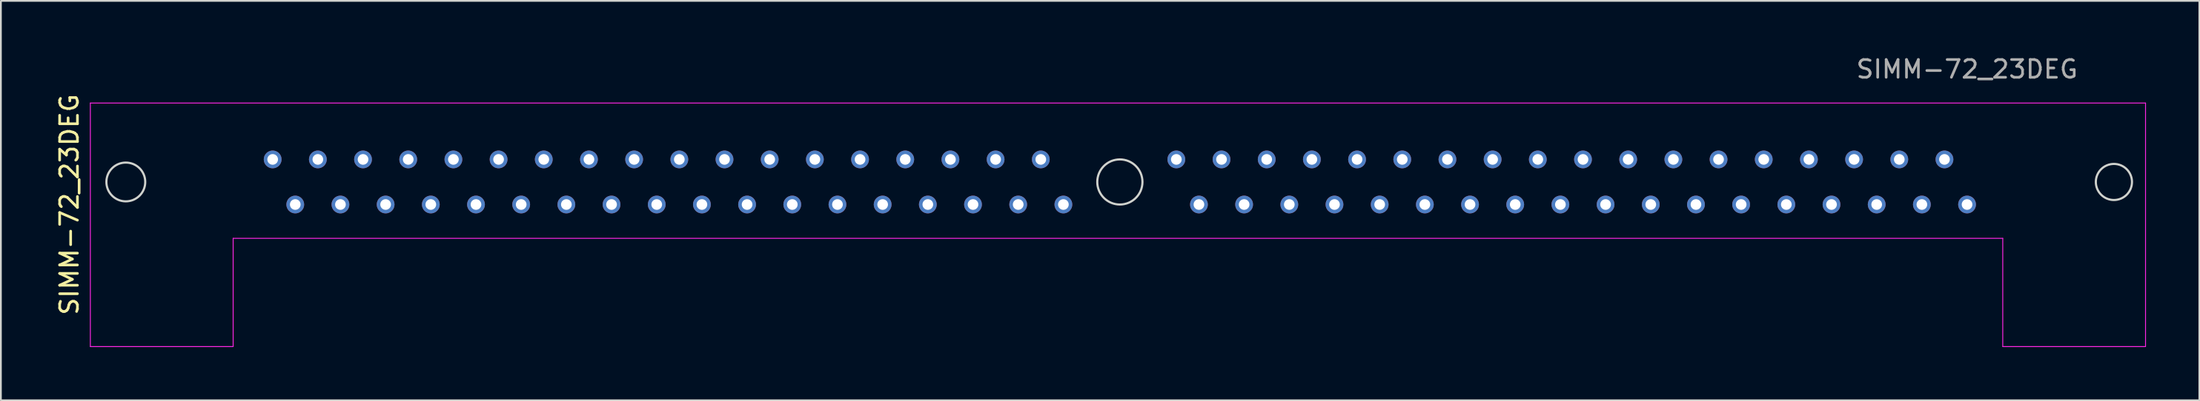
<source format=kicad_pcb>
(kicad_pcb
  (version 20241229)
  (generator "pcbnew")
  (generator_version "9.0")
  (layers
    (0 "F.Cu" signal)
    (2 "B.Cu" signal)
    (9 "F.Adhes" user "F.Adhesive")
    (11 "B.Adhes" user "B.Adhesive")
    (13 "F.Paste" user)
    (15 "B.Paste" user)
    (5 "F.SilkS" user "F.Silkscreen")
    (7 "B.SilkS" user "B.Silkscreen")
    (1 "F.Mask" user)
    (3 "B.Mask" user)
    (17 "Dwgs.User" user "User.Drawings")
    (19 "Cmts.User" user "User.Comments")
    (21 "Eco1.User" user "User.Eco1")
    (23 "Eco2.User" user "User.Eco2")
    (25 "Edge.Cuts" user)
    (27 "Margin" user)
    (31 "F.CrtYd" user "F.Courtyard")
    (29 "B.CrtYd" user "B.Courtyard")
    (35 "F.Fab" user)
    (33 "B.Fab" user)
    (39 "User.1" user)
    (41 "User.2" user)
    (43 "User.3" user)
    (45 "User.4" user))
  (footprint "SIMM-72_23DEG"
    (layer "F.Cu")
    (at 107.528 8.468)
    (property "Reference" "SIMM-72_23DEG" (at -106.68 0 90) (unlocked yes) (layer "F.SilkS") (effects (font (size 1 1) (thickness 0.15))))
    (attr through_hole)
    (fp_circle (center -103.505 -1.27) (end -102.413 -1.27) (stroke (width 0.12) (type default)) (fill no) (layer "Edge.Cuts"))
    (fp_circle (center -47.625 -1.27) (end -46.355 -1.27) (stroke (width 0.12) (type default)) (fill no) (layer "Edge.Cuts"))
    (fp_circle (center 8.255 -1.27) (end 9.271 -1.27) (stroke (width 0.12) (type default)) (fill no) (layer "Edge.Cuts"))
    (fp_line (start -105.499 -5.715) (end 10.033 -5.715) (stroke (width 0.05) (type solid)) (layer "F.CrtYd"))
    (fp_line (start -105.499 8.001) (end -105.499 -5.715) (stroke (width 0.05) (type solid)) (layer "F.CrtYd"))
    (fp_line (start -97.472 1.905) (end 2.007 1.905) (stroke (width 0.05) (type solid)) (layer "F.CrtYd"))
    (fp_line (start -97.472 8.001) (end -105.499 8.001) (stroke (width 0.05) (type solid)) (layer "F.CrtYd"))
    (fp_line (start -97.472 8.001) (end -97.472 1.905) (stroke (width 0.05) (type solid)) (layer "F.CrtYd"))
    (fp_line (start 2.007 8.001) (end 2.007 1.905) (stroke (width 0.05) (type solid)) (layer "F.CrtYd"))
    (fp_line (start 2.007 8.001) (end 10.033 8.001) (stroke (width 0.05) (type solid)) (layer "F.CrtYd"))
    (fp_line (start 10.033 8.001) (end 10.033 -5.715) (stroke (width 0.05) (type solid)) (layer "F.CrtYd"))
    (fp_text user "${REFERENCE}" (at 0 -7.62 0) (unlocked yes) (layer "F.Fab") (effects (font (size 1 1) (thickness 0.15))))
    (pad "1" thru_hole circle (at 0 0) (size 1 1) (drill 0.6) (layers "*.Cu" "*.Mask"))
    (pad "2" thru_hole circle (at -1.27 -2.54) (size 1 1) (drill 0.6) (layers "*.Cu" "*.Mask"))
    (pad "3" thru_hole circle (at -2.54 0) (size 1 1) (drill 0.6) (layers "*.Cu" "*.Mask"))
    (pad "4" thru_hole circle (at -3.81 -2.54) (size 1 1) (drill 0.6) (layers "*.Cu" "*.Mask"))
    (pad "5" thru_hole circle (at -5.08 0) (size 1 1) (drill 0.6) (layers "*.Cu" "*.Mask"))
    (pad "6" thru_hole circle (at -6.35 -2.54) (size 1 1) (drill 0.6) (layers "*.Cu" "*.Mask"))
    (pad "7" thru_hole circle (at -7.62 0) (size 1 1) (drill 0.6) (layers "*.Cu" "*.Mask"))
    (pad "8" thru_hole circle (at -8.89 -2.54) (size 1 1) (drill 0.6) (layers "*.Cu" "*.Mask"))
    (pad "9" thru_hole circle (at -10.16 0) (size 1 1) (drill 0.6) (layers "*.Cu" "*.Mask"))
    (pad "10" thru_hole circle (at -11.43 -2.54) (size 1 1) (drill 0.6) (layers "*.Cu" "*.Mask"))
    (pad "11" thru_hole circle (at -12.7 0) (size 1 1) (drill 0.6) (layers "*.Cu" "*.Mask"))
    (pad "12" thru_hole circle (at -13.97 -2.54) (size 1 1) (drill 0.6) (layers "*.Cu" "*.Mask"))
    (pad "13" thru_hole circle (at -15.24 0) (size 1 1) (drill 0.6) (layers "*.Cu" "*.Mask"))
    (pad "14" thru_hole circle (at -16.51 -2.54) (size 1 1) (drill 0.6) (layers "*.Cu" "*.Mask"))
    (pad "15" thru_hole circle (at -17.78 0) (size 1 1) (drill 0.6) (layers "*.Cu" "*.Mask"))
    (pad "16" thru_hole circle (at -19.05 -2.54) (size 1 1) (drill 0.6) (layers "*.Cu" "*.Mask"))
    (pad "17" thru_hole circle (at -20.32 0) (size 1 1) (drill 0.6) (layers "*.Cu" "*.Mask"))
    (pad "18" thru_hole circle (at -21.59 -2.54) (size 1 1) (drill 0.6) (layers "*.Cu" "*.Mask"))
    (pad "19" thru_hole circle (at -22.86 0) (size 1 1) (drill 0.6) (layers "*.Cu" "*.Mask"))
    (pad "20" thru_hole circle (at -24.13 -2.54) (size 1 1) (drill 0.6) (layers "*.Cu" "*.Mask"))
    (pad "21" thru_hole circle (at -25.4 0) (size 1 1) (drill 0.6) (layers "*.Cu" "*.Mask"))
    (pad "22" thru_hole circle (at -26.67 -2.54) (size 1 1) (drill 0.6) (layers "*.Cu" "*.Mask"))
    (pad "23" thru_hole circle (at -27.94 0) (size 1 1) (drill 0.6) (layers "*.Cu" "*.Mask"))
    (pad "24" thru_hole circle (at -29.21 -2.54) (size 1 1) (drill 0.6) (layers "*.Cu" "*.Mask"))
    (pad "25" thru_hole circle (at -30.48 0) (size 1 1) (drill 0.6) (layers "*.Cu" "*.Mask"))
    (pad "26" thru_hole circle (at -31.75 -2.54) (size 1 1) (drill 0.6) (layers "*.Cu" "*.Mask"))
    (pad "27" thru_hole circle (at -33.02 0) (size 1 1) (drill 0.6) (layers "*.Cu" "*.Mask"))
    (pad "28" thru_hole circle (at -34.29 -2.54) (size 1 1) (drill 0.6) (layers "*.Cu" "*.Mask"))
    (pad "29" thru_hole circle (at -35.56 0) (size 1 1) (drill 0.6) (layers "*.Cu" "*.Mask"))
    (pad "30" thru_hole circle (at -36.83 -2.54) (size 1 1) (drill 0.6) (layers "*.Cu" "*.Mask"))
    (pad "31" thru_hole circle (at -38.1 0) (size 1 1) (drill 0.6) (layers "*.Cu" "*.Mask"))
    (pad "32" thru_hole circle (at -39.37 -2.54) (size 1 1) (drill 0.6) (layers "*.Cu" "*.Mask"))
    (pad "33" thru_hole circle (at -40.64 0) (size 1 1) (drill 0.6) (layers "*.Cu" "*.Mask"))
    (pad "34" thru_hole circle (at -41.91 -2.54) (size 1 1) (drill 0.6) (layers "*.Cu" "*.Mask"))
    (pad "35" thru_hole circle (at -43.18 0) (size 1 1) (drill 0.6) (layers "*.Cu" "*.Mask"))
    (pad "36" thru_hole circle (at -44.45 -2.54) (size 1 1) (drill 0.6) (layers "*.Cu" "*.Mask"))
    (pad "37" thru_hole circle (at -50.8 0) (size 1 1) (drill 0.6) (layers "*.Cu" "*.Mask"))
    (pad "38" thru_hole circle (at -52.07 -2.54) (size 1 1) (drill 0.6) (layers "*.Cu" "*.Mask"))
    (pad "39" thru_hole circle (at -53.34 0) (size 1 1) (drill 0.6) (layers "*.Cu" "*.Mask"))
    (pad "40" thru_hole circle (at -54.61 -2.54) (size 1 1) (drill 0.6) (layers "*.Cu" "*.Mask"))
    (pad "41" thru_hole circle (at -55.88 0) (size 1 1) (drill 0.6) (layers "*.Cu" "*.Mask"))
    (pad "42" thru_hole circle (at -57.15 -2.54) (size 1 1) (drill 0.6) (layers "*.Cu" "*.Mask"))
    (pad "43" thru_hole circle (at -58.42 0) (size 1 1) (drill 0.6) (layers "*.Cu" "*.Mask"))
    (pad "44" thru_hole circle (at -59.69 -2.54) (size 1 1) (drill 0.6) (layers "*.Cu" "*.Mask"))
    (pad "45" thru_hole circle (at -60.96 0) (size 1 1) (drill 0.6) (layers "*.Cu" "*.Mask"))
    (pad "46" thru_hole circle (at -62.23 -2.54) (size 1 1) (drill 0.6) (layers "*.Cu" "*.Mask"))
    (pad "47" thru_hole circle (at -63.5 0) (size 1 1) (drill 0.6) (layers "*.Cu" "*.Mask"))
    (pad "48" thru_hole circle (at -64.77 -2.54) (size 1 1) (drill 0.6) (layers "*.Cu" "*.Mask"))
    (pad "49" thru_hole circle (at -66.04 0) (size 1 1) (drill 0.6) (layers "*.Cu" "*.Mask"))
    (pad "50" thru_hole circle (at -67.31 -2.54) (size 1 1) (drill 0.6) (layers "*.Cu" "*.Mask"))
    (pad "51" thru_hole circle (at -68.58 0) (size 1 1) (drill 0.6) (layers "*.Cu" "*.Mask"))
    (pad "52" thru_hole circle (at -69.85 -2.54) (size 1 1) (drill 0.6) (layers "*.Cu" "*.Mask"))
    (pad "53" thru_hole circle (at -71.12 0) (size 1 1) (drill 0.6) (layers "*.Cu" "*.Mask"))
    (pad "54" thru_hole circle (at -72.39 -2.54) (size 1 1) (drill 0.6) (layers "*.Cu" "*.Mask"))
    (pad "55" thru_hole circle (at -73.66 0) (size 1 1) (drill 0.6) (layers "*.Cu" "*.Mask"))
    (pad "56" thru_hole circle (at -74.93 -2.54) (size 1 1) (drill 0.6) (layers "*.Cu" "*.Mask"))
    (pad "57" thru_hole circle (at -76.2 0) (size 1 1) (drill 0.6) (layers "*.Cu" "*.Mask"))
    (pad "58" thru_hole circle (at -77.47 -2.54) (size 1 1) (drill 0.6) (layers "*.Cu" "*.Mask"))
    (pad "59" thru_hole circle (at -78.74 0) (size 1 1) (drill 0.6) (layers "*.Cu" "*.Mask"))
    (pad "60" thru_hole circle (at -80.01 -2.54) (size 1 1) (drill 0.6) (layers "*.Cu" "*.Mask"))
    (pad "61" thru_hole circle (at -81.28 0) (size 1 1) (drill 0.6) (layers "*.Cu" "*.Mask"))
    (pad "62" thru_hole circle (at -82.55 -2.54) (size 1 1) (drill 0.6) (layers "*.Cu" "*.Mask"))
    (pad "63" thru_hole circle (at -83.82 0) (size 1 1) (drill 0.6) (layers "*.Cu" "*.Mask"))
    (pad "64" thru_hole circle (at -85.09 -2.54) (size 1 1) (drill 0.6) (layers "*.Cu" "*.Mask"))
    (pad "65" thru_hole circle (at -86.36 0) (size 1 1) (drill 0.6) (layers "*.Cu" "*.Mask"))
    (pad "66" thru_hole circle (at -87.63 -2.54) (size 1 1) (drill 0.6) (layers "*.Cu" "*.Mask"))
    (pad "67" thru_hole circle (at -88.9 0) (size 1 1) (drill 0.6) (layers "*.Cu" "*.Mask"))
    (pad "68" thru_hole circle (at -90.17 -2.54) (size 1 1) (drill 0.6) (layers "*.Cu" "*.Mask"))
    (pad "69" thru_hole circle (at -91.44 0) (size 1 1) (drill 0.6) (layers "*.Cu" "*.Mask"))
    (pad "70" thru_hole circle (at -92.71 -2.54) (size 1 1) (drill 0.6) (layers "*.Cu" "*.Mask"))
    (pad "71" thru_hole circle (at -93.98 0) (size 1 1) (drill 0.6) (layers "*.Cu" "*.Mask"))
    (pad "72" thru_hole circle (at -95.25 -2.54) (size 1 1) (drill 0.6) (layers "*.Cu" "*.Mask")))
  (gr_rect
    (start -3 -3)
    (end 120.586 19.494)
    (stroke (width 0.1) (type default))
    (fill no)
    (layer "Edge.Cuts")))
</source>
